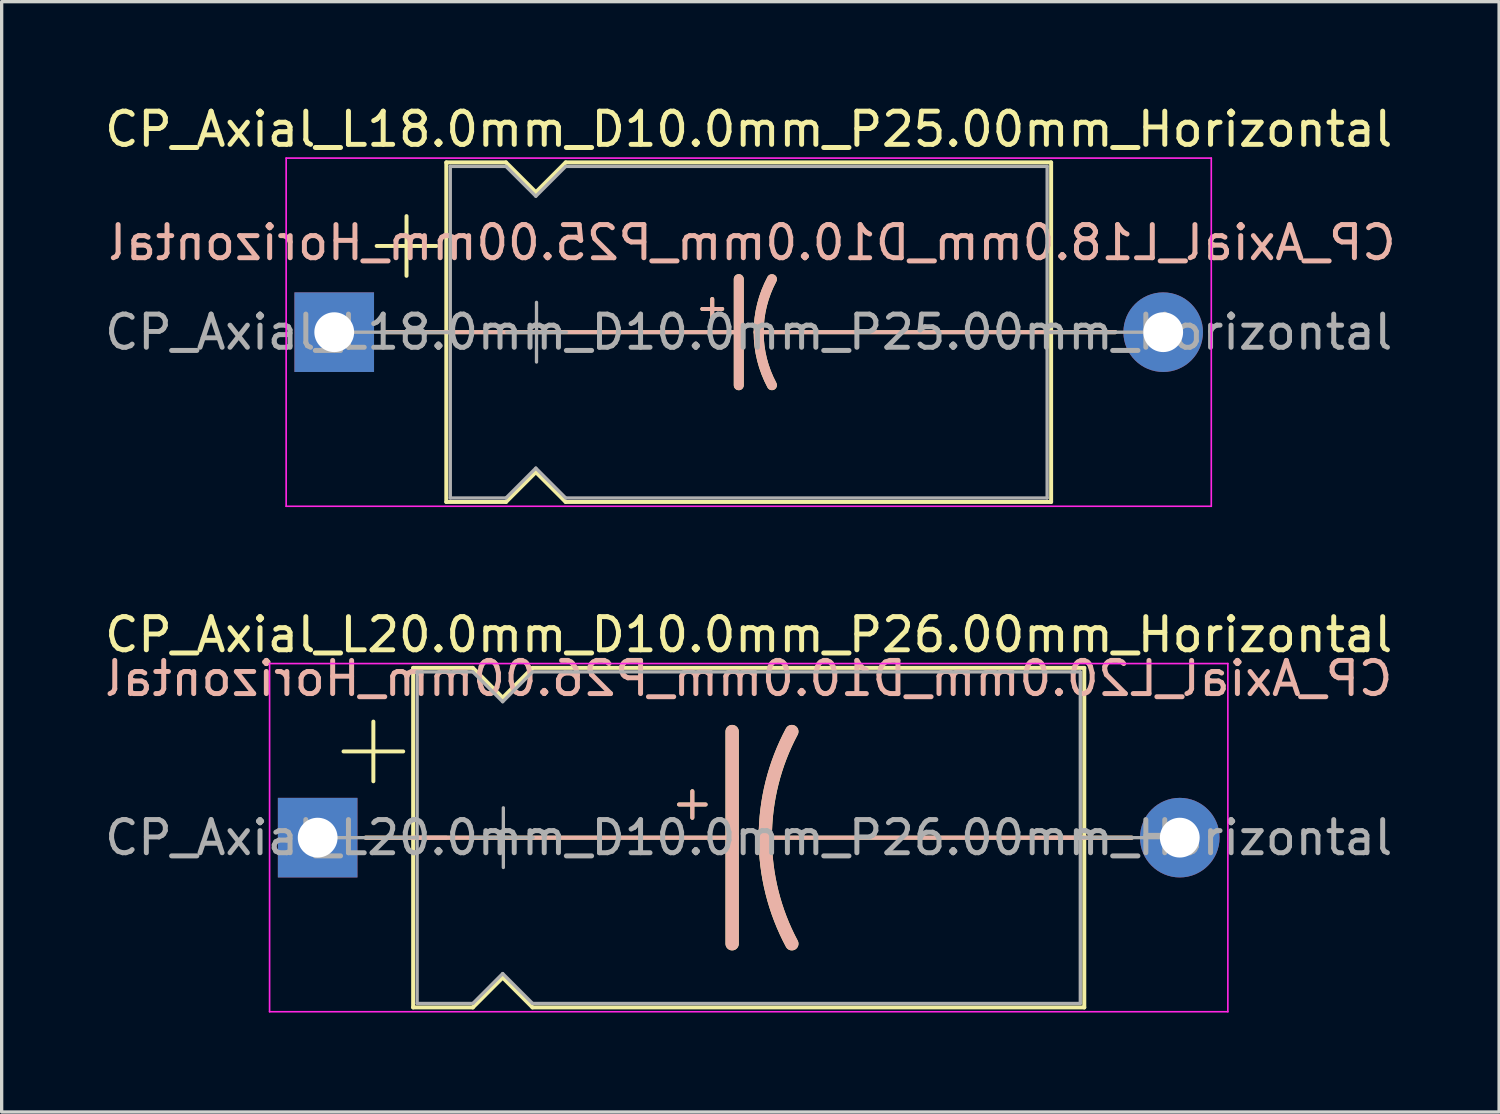
<source format=kicad_pcb>
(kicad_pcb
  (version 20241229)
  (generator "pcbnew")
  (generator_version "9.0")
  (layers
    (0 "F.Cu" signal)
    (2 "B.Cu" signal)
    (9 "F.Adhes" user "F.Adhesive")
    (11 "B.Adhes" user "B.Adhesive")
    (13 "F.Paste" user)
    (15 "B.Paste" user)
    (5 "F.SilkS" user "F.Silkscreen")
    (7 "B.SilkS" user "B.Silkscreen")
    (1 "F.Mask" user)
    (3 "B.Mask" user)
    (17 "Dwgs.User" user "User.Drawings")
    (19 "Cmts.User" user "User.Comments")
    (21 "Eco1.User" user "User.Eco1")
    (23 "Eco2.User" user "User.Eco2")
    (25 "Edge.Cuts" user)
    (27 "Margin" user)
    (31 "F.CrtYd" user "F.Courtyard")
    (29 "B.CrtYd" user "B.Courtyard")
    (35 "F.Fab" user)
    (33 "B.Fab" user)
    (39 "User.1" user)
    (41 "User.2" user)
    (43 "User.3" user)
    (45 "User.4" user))
  (footprint "CP_Axial_L18.0mm_D10.0mm_P25.00mm_Horizontal"
    (layer "F.Cu")
    (at 7.03 6.968)
    (property "Reference" "CP_Axial_L18.0mm_D10.0mm_P25.00mm_Horizontal" (at 12.5 -6.12 0) (layer "F.SilkS") (effects (font (size 1 1) (thickness 0.15))))
    (fp_line (start 1.28 -2.6) (end 3.08 -2.6) (stroke (width 0.12) (type solid)) (layer "F.SilkS"))
    (fp_line (start 1.44 0) (end 3.38 0) (stroke (width 0.12) (type solid)) (layer "F.SilkS"))
    (fp_line (start 2.18 -3.5) (end 2.18 -1.7) (stroke (width 0.12) (type solid)) (layer "F.SilkS"))
    (fp_line (start 3.38 -5.12) (end 3.38 5.12) (stroke (width 0.12) (type solid)) (layer "F.SilkS"))
    (fp_line (start 3.38 -5.12) (end 5.18 -5.12) (stroke (width 0.12) (type solid)) (layer "F.SilkS"))
    (fp_line (start 3.38 0) (end 12.2 0) (stroke (width 0.12) (type solid)) (layer "F.SilkS"))
    (fp_line (start 3.38 5.12) (end 5.18 5.12) (stroke (width 0.12) (type solid)) (layer "F.SilkS"))
    (fp_line (start 5.18 -5.12) (end 6.08 -4.22) (stroke (width 0.12) (type solid)) (layer "F.SilkS"))
    (fp_line (start 5.18 5.12) (end 6.08 4.22) (stroke (width 0.12) (type solid)) (layer "F.SilkS"))
    (fp_line (start 6.08 -4.22) (end 6.98 -5.12) (stroke (width 0.12) (type solid)) (layer "F.SilkS"))
    (fp_line (start 6.08 4.22) (end 6.98 5.12) (stroke (width 0.12) (type solid)) (layer "F.SilkS"))
    (fp_line (start 6.98 -5.12) (end 21.62 -5.12) (stroke (width 0.12) (type solid)) (layer "F.SilkS"))
    (fp_line (start 6.98 5.12) (end 21.62 5.12) (stroke (width 0.12) (type solid)) (layer "F.SilkS"))
    (fp_line (start 11.1 -0.7) (end 11.7 -0.7) (stroke (width 0.12) (type solid)) (layer "F.SilkS"))
    (fp_line (start 11.4 -1) (end 11.4 -0.4) (stroke (width 0.12) (type solid)) (layer "F.SilkS"))
    (fp_line (start 12.2 0) (end 12.2 -1.6) (stroke (width 0.3) (type solid)) (layer "F.SilkS"))
    (fp_line (start 12.2 0) (end 12.2 1.6) (stroke (width 0.3) (type solid)) (layer "F.SilkS"))
    (fp_line (start 21.62 -5.12) (end 21.62 5.12) (stroke (width 0.12) (type solid)) (layer "F.SilkS"))
    (fp_line (start 21.62 0) (end 12.8 0) (stroke (width 0.12) (type solid)) (layer "F.SilkS"))
    (fp_line (start 23.56 0) (end 21.62 0) (stroke (width 0.12) (type solid)) (layer "F.SilkS"))
    (fp_arc (start 12.8 0) (mid 12.901652 -0.822725) (end 13.2 -1.596157) (stroke (width 0.3) (type solid)) (layer "F.SilkS"))
    (fp_arc (start 13.2 1.6) (mid 12.900523 0.824869) (end 12.8 0) (stroke (width 0.3) (type solid)) (layer "F.SilkS"))
    (fp_line (start 1.44 0) (end 3.38 0) (stroke (width 0.12) (type solid)) (layer "B.SilkS"))
    (fp_line (start 3.38 0) (end 12.2 0) (stroke (width 0.12) (type solid)) (layer "B.SilkS"))
    (fp_line (start 11.1 -0.7) (end 11.7 -0.7) (stroke (width 0.12) (type solid)) (layer "B.SilkS"))
    (fp_line (start 11.4 -0.4) (end 11.4 -1) (stroke (width 0.12) (type solid)) (layer "B.SilkS"))
    (fp_line (start 12.2 0) (end 12.2 -1.6) (stroke (width 0.3) (type solid)) (layer "B.SilkS"))
    (fp_line (start 12.2 0) (end 12.2 1.6) (stroke (width 0.3) (type solid)) (layer "B.SilkS"))
    (fp_line (start 21.62 0) (end 12.8 0) (stroke (width 0.12) (type solid)) (layer "B.SilkS"))
    (fp_line (start 23.56 0) (end 21.62 0) (stroke (width 0.12) (type solid)) (layer "B.SilkS"))
    (fp_arc (start 12.8 0) (mid 12.900523 -0.824869) (end 13.2 -1.6) (stroke (width 0.3) (type solid)) (layer "B.SilkS"))
    (fp_arc (start 13.2 1.596157) (mid 12.901652 0.822725) (end 12.8 0) (stroke (width 0.3) (type solid)) (layer "B.SilkS"))
    (fp_line (start -1.45 -5.25) (end -1.45 5.25) (stroke (width 0.05) (type solid)) (layer "F.CrtYd"))
    (fp_line (start -1.45 5.25) (end 26.45 5.25) (stroke (width 0.05) (type solid)) (layer "F.CrtYd"))
    (fp_line (start 26.45 -5.25) (end -1.45 -5.25) (stroke (width 0.05) (type solid)) (layer "F.CrtYd"))
    (fp_line (start 26.45 5.25) (end 26.45 -5.25) (stroke (width 0.05) (type solid)) (layer "F.CrtYd"))
    (fp_line (start 0 0) (end 3.5 0) (stroke (width 0.1) (type solid)) (layer "F.Fab"))
    (fp_line (start 3.5 -5) (end 3.5 5) (stroke (width 0.1) (type solid)) (layer "F.Fab"))
    (fp_line (start 3.5 -5) (end 5.18 -5) (stroke (width 0.1) (type solid)) (layer "F.Fab"))
    (fp_line (start 3.5 5) (end 5.18 5) (stroke (width 0.1) (type solid)) (layer "F.Fab"))
    (fp_line (start 5.18 -5) (end 6.08 -4.1) (stroke (width 0.1) (type solid)) (layer "F.Fab"))
    (fp_line (start 5.18 5) (end 6.08 4.1) (stroke (width 0.1) (type solid)) (layer "F.Fab"))
    (fp_line (start 5.2 0) (end 7 0) (stroke (width 0.1) (type solid)) (layer "F.Fab"))
    (fp_line (start 6.08 -4.1) (end 6.98 -5) (stroke (width 0.1) (type solid)) (layer "F.Fab"))
    (fp_line (start 6.08 4.1) (end 6.98 5) (stroke (width 0.1) (type solid)) (layer "F.Fab"))
    (fp_line (start 6.1 -0.9) (end 6.1 0.9) (stroke (width 0.1) (type solid)) (layer "F.Fab"))
    (fp_line (start 6.98 -5) (end 21.5 -5) (stroke (width 0.1) (type solid)) (layer "F.Fab"))
    (fp_line (start 6.98 5) (end 21.5 5) (stroke (width 0.1) (type solid)) (layer "F.Fab"))
    (fp_line (start 21.5 -5) (end 21.5 5) (stroke (width 0.1) (type solid)) (layer "F.Fab"))
    (fp_line (start 25 0) (end 21.5 0) (stroke (width 0.1) (type solid)) (layer "F.Fab"))
    (fp_text user "${REFERENCE}" (at 12.6 -2.7 0) (layer "B.SilkS") (effects (font (size 1 1) (thickness 0.15)) (justify mirror)))
    (fp_text user "${REFERENCE}" (at 12.5 0 0) (layer "F.Fab") (effects (font (size 1 1) (thickness 0.15))))
    (pad "1" thru_hole rect (at 0 0) (size 2.4 2.4) (drill 1.2) (layers "*.Cu" "*.Mask"))
    (pad "2" thru_hole oval (at 25 0) (size 2.4 2.4) (drill 1.2) (layers "*.Cu" "*.Mask")))
  (footprint "CP_Axial_L20.0mm_D10.0mm_P26.00mm_Horizontal"
    (layer "F.Cu")
    (at 6.53 22.212)
    (property "Reference" "CP_Axial_L20.0mm_D10.0mm_P26.00mm_Horizontal" (at 13 -6.12 0) (layer "F.SilkS") (effects (font (size 1 1) (thickness 0.15))))
    (fp_line (start 0.78 -2.6) (end 2.58 -2.6) (stroke (width 0.12) (type solid)) (layer "F.SilkS"))
    (fp_line (start 1.44 0) (end 2.88 0) (stroke (width 0.12) (type solid)) (layer "F.SilkS"))
    (fp_line (start 1.68 -3.5) (end 1.68 -1.7) (stroke (width 0.12) (type solid)) (layer "F.SilkS"))
    (fp_line (start 2.88 -5.12) (end 2.88 5.12) (stroke (width 0.12) (type solid)) (layer "F.SilkS"))
    (fp_line (start 2.88 -5.12) (end 4.68 -5.12) (stroke (width 0.12) (type solid)) (layer "F.SilkS"))
    (fp_line (start 2.88 0) (end 12.5 0) (stroke (width 0.12) (type solid)) (layer "F.SilkS"))
    (fp_line (start 2.88 5.12) (end 4.68 5.12) (stroke (width 0.12) (type solid)) (layer "F.SilkS"))
    (fp_line (start 4.68 -5.12) (end 5.58 -4.22) (stroke (width 0.12) (type solid)) (layer "F.SilkS"))
    (fp_line (start 4.68 5.12) (end 5.58 4.22) (stroke (width 0.12) (type solid)) (layer "F.SilkS"))
    (fp_line (start 5.58 -4.22) (end 6.48 -5.12) (stroke (width 0.12) (type solid)) (layer "F.SilkS"))
    (fp_line (start 5.58 4.22) (end 6.48 5.12) (stroke (width 0.12) (type solid)) (layer "F.SilkS"))
    (fp_line (start 6.48 -5.12) (end 23.12 -5.12) (stroke (width 0.12) (type solid)) (layer "F.SilkS"))
    (fp_line (start 6.48 5.12) (end 23.12 5.12) (stroke (width 0.12) (type solid)) (layer "F.SilkS"))
    (fp_line (start 10.9 -1) (end 11.7 -1) (stroke (width 0.12) (type solid)) (layer "F.SilkS"))
    (fp_line (start 11.3 -1.4) (end 11.3 -0.6) (stroke (width 0.12) (type solid)) (layer "F.SilkS"))
    (fp_line (start 12.5 0) (end 12.5 -3.2) (stroke (width 0.4) (type solid)) (layer "F.SilkS"))
    (fp_line (start 12.5 0) (end 12.5 3.2) (stroke (width 0.4) (type solid)) (layer "F.SilkS"))
    (fp_line (start 23.12 -5.12) (end 23.12 5.12) (stroke (width 0.12) (type solid)) (layer "F.SilkS"))
    (fp_line (start 23.12 0) (end 13.5 0) (stroke (width 0.12) (type solid)) (layer "F.SilkS"))
    (fp_line (start 24.56 0) (end 23.12 0) (stroke (width 0.12) (type solid)) (layer "F.SilkS"))
    (fp_arc (start 13.5 0) (mid 13.703545 -1.649114) (end 14.3 -3.2) (stroke (width 0.4) (type solid)) (layer "F.SilkS"))
    (fp_arc (start 14.3 3.2) (mid 13.700704 1.649824) (end 13.5 0) (stroke (width 0.4) (type solid)) (layer "F.SilkS"))
    (fp_line (start 1.45 0) (end 3.88 0) (stroke (width 0.12) (type solid)) (layer "B.SilkS"))
    (fp_line (start 2.88 0) (end 12.5 0) (stroke (width 0.12) (type solid)) (layer "B.SilkS"))
    (fp_line (start 10.9 -1) (end 11.7 -1) (stroke (width 0.12) (type solid)) (layer "B.SilkS"))
    (fp_line (start 11.3 -0.6) (end 11.3 -1.4) (stroke (width 0.12) (type solid)) (layer "B.SilkS"))
    (fp_line (start 12.5 0) (end 12.5 -3.2) (stroke (width 0.4) (type solid)) (layer "B.SilkS"))
    (fp_line (start 12.5 0) (end 12.5 3.2) (stroke (width 0.4) (type solid)) (layer "B.SilkS"))
    (fp_line (start 23.12 0) (end 13.5 0) (stroke (width 0.12) (type solid)) (layer "B.SilkS"))
    (fp_line (start 24.55 0) (end 22.12 0) (stroke (width 0.12) (type solid)) (layer "B.SilkS"))
    (fp_arc (start 13.5 0) (mid 13.700703 -1.649824) (end 14.3 -3.2) (stroke (width 0.4) (type solid)) (layer "B.SilkS"))
    (fp_arc (start 14.3 3.2) (mid 13.703544 1.649114) (end 13.5 0) (stroke (width 0.4) (type solid)) (layer "B.SilkS"))
    (fp_line (start -1.45 -5.25) (end -1.45 5.25) (stroke (width 0.05) (type solid)) (layer "F.CrtYd"))
    (fp_line (start -1.45 5.25) (end 27.45 5.25) (stroke (width 0.05) (type solid)) (layer "F.CrtYd"))
    (fp_line (start 27.45 -5.25) (end -1.45 -5.25) (stroke (width 0.05) (type solid)) (layer "F.CrtYd"))
    (fp_line (start 27.45 5.25) (end 27.45 -5.25) (stroke (width 0.05) (type solid)) (layer "F.CrtYd"))
    (fp_line (start 0 0) (end 3 0) (stroke (width 0.1) (type solid)) (layer "F.Fab"))
    (fp_line (start 3 -5) (end 3 5) (stroke (width 0.1) (type solid)) (layer "F.Fab"))
    (fp_line (start 3 -5) (end 4.68 -5) (stroke (width 0.1) (type solid)) (layer "F.Fab"))
    (fp_line (start 3 5) (end 4.68 5) (stroke (width 0.1) (type solid)) (layer "F.Fab"))
    (fp_line (start 4.68 -5) (end 5.58 -4.1) (stroke (width 0.1) (type solid)) (layer "F.Fab"))
    (fp_line (start 4.68 5) (end 5.58 4.1) (stroke (width 0.1) (type solid)) (layer "F.Fab"))
    (fp_line (start 4.7 0) (end 6.5 0) (stroke (width 0.1) (type solid)) (layer "F.Fab"))
    (fp_line (start 5.58 -4.1) (end 6.48 -5) (stroke (width 0.1) (type solid)) (layer "F.Fab"))
    (fp_line (start 5.58 4.1) (end 6.48 5) (stroke (width 0.1) (type solid)) (layer "F.Fab"))
    (fp_line (start 5.6 -0.9) (end 5.6 0.9) (stroke (width 0.1) (type solid)) (layer "F.Fab"))
    (fp_line (start 6.48 -5) (end 23 -5) (stroke (width 0.1) (type solid)) (layer "F.Fab"))
    (fp_line (start 6.48 5) (end 23 5) (stroke (width 0.1) (type solid)) (layer "F.Fab"))
    (fp_line (start 23 -5) (end 23 5) (stroke (width 0.1) (type solid)) (layer "F.Fab"))
    (fp_line (start 26 0) (end 23 0) (stroke (width 0.1) (type solid)) (layer "F.Fab"))
    (fp_text user "${REFERENCE}" (at 13 -4.8 0) (layer "B.SilkS") (effects (font (size 1 1) (thickness 0.15)) (justify mirror)))
    (fp_text user "${REFERENCE}" (at 13 0 0) (layer "F.Fab") (effects (font (size 1 1) (thickness 0.15))))
    (pad "1" thru_hole rect (at 0 0) (size 2.4 2.4) (drill 1.2) (layers "*.Cu" "*.Mask"))
    (pad "2" thru_hole oval (at 26 0) (size 2.4 2.4) (drill 1.2) (layers "*.Cu" "*.Mask")))
  (gr_rect
    (start -3 -3)
    (end 42.16 30.486)
    (stroke (width 0.1) (type default))
    (fill no)
    (layer "Edge.Cuts")))
</source>
